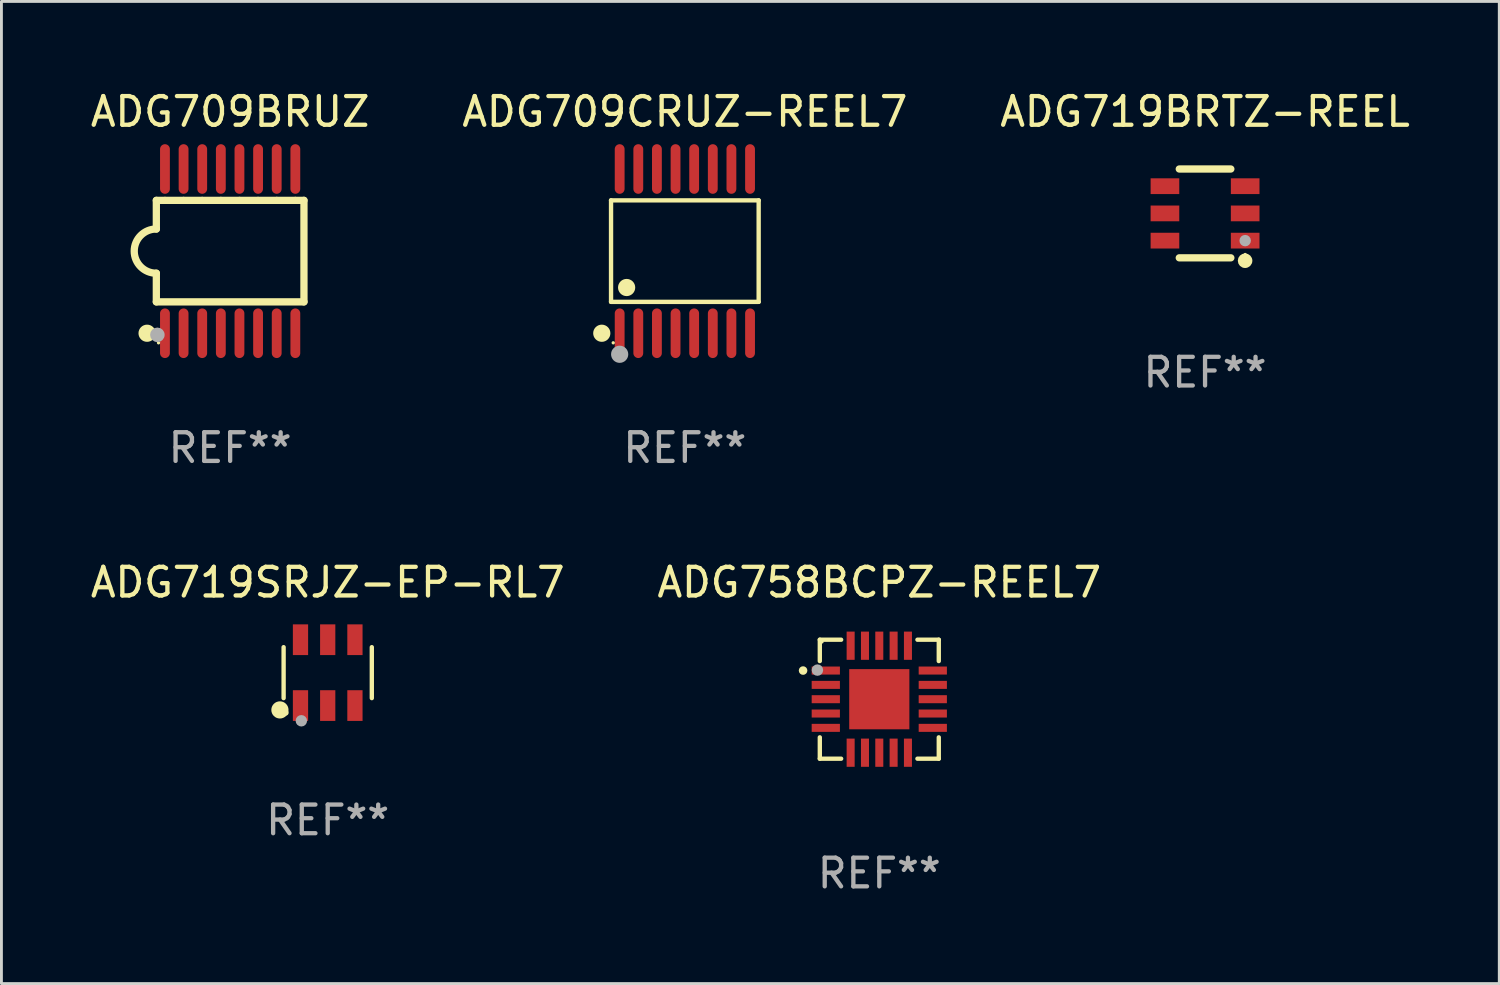
<source format=kicad_pcb>
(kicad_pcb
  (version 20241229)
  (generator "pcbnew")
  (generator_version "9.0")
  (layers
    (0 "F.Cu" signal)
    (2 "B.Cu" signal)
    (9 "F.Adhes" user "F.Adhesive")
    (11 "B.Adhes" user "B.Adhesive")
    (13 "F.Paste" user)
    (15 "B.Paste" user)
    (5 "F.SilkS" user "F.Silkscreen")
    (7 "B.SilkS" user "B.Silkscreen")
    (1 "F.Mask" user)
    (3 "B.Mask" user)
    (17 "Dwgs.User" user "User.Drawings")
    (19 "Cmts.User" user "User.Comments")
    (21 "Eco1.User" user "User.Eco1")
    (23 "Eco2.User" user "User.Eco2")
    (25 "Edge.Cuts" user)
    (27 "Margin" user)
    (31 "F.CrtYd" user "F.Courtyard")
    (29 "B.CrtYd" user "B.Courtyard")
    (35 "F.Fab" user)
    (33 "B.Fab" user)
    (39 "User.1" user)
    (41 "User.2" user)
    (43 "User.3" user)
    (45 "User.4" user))
  (footprint "ADG719SRJZ-EP-RL7"
    (layer "F.Cu")
    (at 8.387 20.425)
    (property "Reference" "ADG719SRJZ-EP-RL7" (at 0 -3.149 0) (layer "F.SilkS") (effects (font (size 1 1) (thickness 0.15))))
    (attr through_hole)
    (fp_line (start -1.539 0.889) (end -1.539 -0.889) (stroke (width 0.152) (type solid)) (layer "F.SilkS"))
    (fp_line (start 1.539 0.889) (end 1.539 -0.889) (stroke (width 0.152) (type solid)) (layer "F.SilkS"))
    (fp_circle (center -1.668 1.301) (end -1.518 1.301) (stroke (width 0.3) (type solid)) (fill no) (layer "F.SilkS"))
    (fp_circle (center -1.463 1.4) (end -1.413 1.4) (stroke (width 0.1) (type solid)) (fill no) (layer "F.SilkS"))
    (fp_circle (center -0.92 1.68) (end -0.82 1.68) (stroke (width 0.2) (type solid)) (fill no) (layer "F.Fab"))
    (fp_text user "REF**" (at 0 5.149 0) (layer "F.Fab") (effects (font (size 1 1) (thickness 0.15))))
    (pad "1" smd rect (at -0.95 1.149) (size 0.532 1.072) (layers "F.Cu" "F.Mask" "F.Paste"))
    (pad "2" smd rect (at 0 1.149) (size 0.532 1.072) (layers "F.Cu" "F.Mask" "F.Paste"))
    (pad "3" smd rect (at 0.95 1.149) (size 0.532 1.072) (layers "F.Cu" "F.Mask" "F.Paste"))
    (pad "4" smd rect (at 0.95 -1.149) (size 0.532 1.072) (layers "F.Cu" "F.Mask" "F.Paste"))
    (pad "5" smd rect (at 0 -1.149) (size 0.532 1.072) (layers "F.Cu" "F.Mask" "F.Paste"))
    (pad "6" smd rect (at -0.95 -1.149) (size 0.532 1.072) (layers "F.Cu" "F.Mask" "F.Paste")))
  (footprint "ADG709CRUZ-REEL7"
    (layer "F.Cu")
    (at 20.851 5.714)
    (property "Reference" "ADG709CRUZ-REEL7" (at 0 -4.866 0) (layer "F.SilkS") (effects (font (size 1 1) (thickness 0.15))))
    (attr through_hole)
    (fp_line (start -2.576 -1.772) (end 2.576 -1.772) (stroke (width 0.152) (type solid)) (layer "F.SilkS"))
    (fp_line (start -2.576 1.771) (end -2.576 -1.772) (stroke (width 0.152) (type solid)) (layer "F.SilkS"))
    (fp_line (start 2.576 -1.772) (end 2.576 1.771) (stroke (width 0.152) (type solid)) (layer "F.SilkS"))
    (fp_line (start 2.576 1.771) (end -2.576 1.771) (stroke (width 0.152) (type solid)) (layer "F.SilkS"))
    (fp_circle (center -2.899 2.866) (end -2.749 2.866) (stroke (width 0.3) (type solid)) (fill no) (layer "F.SilkS"))
    (fp_circle (center -2.5 3.2) (end -2.47 3.2) (stroke (width 0.06) (type solid)) (fill no) (layer "F.SilkS"))
    (fp_circle (center -2.032 1.27) (end -1.882 1.27) (stroke (width 0.3) (type solid)) (fill no) (layer "F.SilkS"))
    (fp_circle (center -2.275 3.6) (end -2.125 3.6) (stroke (width 0.3) (type solid)) (fill no) (layer "F.Fab"))
    (fp_text user "REF**" (at 0 6.866 0) (layer "F.Fab") (effects (font (size 1 1) (thickness 0.15))))
    (pad "1" smd oval (at -2.275 2.866) (size 0.343 1.731) (layers "F.Cu" "F.Mask" "F.Paste"))
    (pad "2" smd oval (at -1.625 2.866) (size 0.343 1.731) (layers "F.Cu" "F.Mask" "F.Paste"))
    (pad "3" smd oval (at -0.975 2.866) (size 0.343 1.731) (layers "F.Cu" "F.Mask" "F.Paste"))
    (pad "4" smd oval (at -0.325 2.866) (size 0.343 1.731) (layers "F.Cu" "F.Mask" "F.Paste"))
    (pad "5" smd oval (at 0.325 2.866) (size 0.343 1.731) (layers "F.Cu" "F.Mask" "F.Paste"))
    (pad "6" smd oval (at 0.975 2.866) (size 0.343 1.731) (layers "F.Cu" "F.Mask" "F.Paste"))
    (pad "7" smd oval (at 1.625 2.866) (size 0.343 1.731) (layers "F.Cu" "F.Mask" "F.Paste"))
    (pad "8" smd oval (at 2.275 2.866) (size 0.343 1.731) (layers "F.Cu" "F.Mask" "F.Paste"))
    (pad "9" smd oval (at 2.275 -2.866) (size 0.343 1.731) (layers "F.Cu" "F.Mask" "F.Paste"))
    (pad "10" smd oval (at 1.625 -2.866) (size 0.343 1.731) (layers "F.Cu" "F.Mask" "F.Paste"))
    (pad "11" smd oval (at 0.975 -2.866) (size 0.343 1.731) (layers "F.Cu" "F.Mask" "F.Paste"))
    (pad "12" smd oval (at 0.325 -2.866) (size 0.343 1.731) (layers "F.Cu" "F.Mask" "F.Paste"))
    (pad "13" smd oval (at -0.325 -2.866) (size 0.343 1.731) (layers "F.Cu" "F.Mask" "F.Paste"))
    (pad "14" smd oval (at -0.975 -2.866) (size 0.343 1.731) (layers "F.Cu" "F.Mask" "F.Paste"))
    (pad "15" smd oval (at -1.625 -2.866) (size 0.343 1.731) (layers "F.Cu" "F.Mask" "F.Paste"))
    (pad "16" smd oval (at -2.275 -2.866) (size 0.343 1.731) (layers "F.Cu" "F.Mask" "F.Paste")))
  (footprint "ADG709BRUZ"
    (layer "F.Cu")
    (at 4.982 5.714)
    (property "Reference" "ADG709BRUZ" (at 0 -4.866 0) (layer "F.SilkS") (effects (font (size 1 1) (thickness 0.15))))
    (attr through_hole)
    (fp_line (start -2.576 -1.771) (end -2.576 -0.771) (stroke (width 0.254) (type solid)) (layer "F.SilkS"))
    (fp_line (start -2.576 -1.771) (end -2.289 -1.771) (stroke (width 0.254) (type solid)) (layer "F.SilkS"))
    (fp_line (start -2.576 1.771) (end -2.576 0.771) (stroke (width 0.254) (type solid)) (layer "F.SilkS"))
    (fp_line (start -2.261 -1.771) (end -1.639 -1.771) (stroke (width 0.254) (type solid)) (layer "F.SilkS"))
    (fp_line (start -1.612 -1.771) (end -0.989 -1.771) (stroke (width 0.254) (type solid)) (layer "F.SilkS"))
    (fp_line (start -0.962 -1.771) (end -0.338 -1.771) (stroke (width 0.254) (type solid)) (layer "F.SilkS"))
    (fp_line (start -0.311 -1.771) (end 0.312 -1.771) (stroke (width 0.254) (type solid)) (layer "F.SilkS"))
    (fp_line (start 0.339 -1.771) (end 0.962 -1.771) (stroke (width 0.254) (type solid)) (layer "F.SilkS"))
    (fp_line (start 0.989 -1.771) (end 1.612 -1.771) (stroke (width 0.254) (type solid)) (layer "F.SilkS"))
    (fp_line (start 1.639 -1.771) (end 2.261 -1.771) (stroke (width 0.254) (type solid)) (layer "F.SilkS"))
    (fp_line (start 2.289 -1.771) (end 2.576 -1.771) (stroke (width 0.254) (type solid)) (layer "F.SilkS"))
    (fp_line (start 2.576 -1.771) (end 2.576 1.771) (stroke (width 0.254) (type solid)) (layer "F.SilkS"))
    (fp_line (start 2.576 1.771) (end -2.576 1.771) (stroke (width 0.254) (type solid)) (layer "F.SilkS"))
    (fp_arc (start -2.576226 0.7714) (mid -3.346889 -0.000648) (end -2.575311 -0.771781) (stroke (width 0.254001) (type solid)) (layer "F.SilkS"))
    (fp_circle (center -2.899 2.866) (end -2.749 2.866) (stroke (width 0.3) (type solid)) (fill no) (layer "F.SilkS"))
    (fp_circle (center -2.5 3.2) (end -2.47 3.2) (stroke (width 0.06) (type solid)) (fill no) (layer "F.SilkS"))
    (fp_circle (center -2.54 2.921) (end -2.413 2.921) (stroke (width 0.254) (type solid)) (fill no) (layer "F.Fab"))
    (fp_text user "REF**" (at 0 6.866 0) (layer "F.Fab") (effects (font (size 1 1) (thickness 0.15))))
    (pad "1" smd oval (at -2.275 2.866) (size 0.343 1.731) (layers "F.Cu" "F.Mask" "F.Paste"))
    (pad "2" smd oval (at -1.625 2.866) (size 0.343 1.731) (layers "F.Cu" "F.Mask" "F.Paste"))
    (pad "3" smd oval (at -0.975 2.866) (size 0.343 1.731) (layers "F.Cu" "F.Mask" "F.Paste"))
    (pad "4" smd oval (at -0.325 2.866) (size 0.343 1.731) (layers "F.Cu" "F.Mask" "F.Paste"))
    (pad "5" smd oval (at 0.325 2.866) (size 0.343 1.731) (layers "F.Cu" "F.Mask" "F.Paste"))
    (pad "6" smd oval (at 0.975 2.866) (size 0.343 1.731) (layers "F.Cu" "F.Mask" "F.Paste"))
    (pad "7" smd oval (at 1.625 2.866) (size 0.343 1.731) (layers "F.Cu" "F.Mask" "F.Paste"))
    (pad "8" smd oval (at 2.275 2.866) (size 0.343 1.731) (layers "F.Cu" "F.Mask" "F.Paste"))
    (pad "9" smd oval (at 2.275 -2.866) (size 0.343 1.731) (layers "F.Cu" "F.Mask" "F.Paste"))
    (pad "10" smd oval (at 1.625 -2.866) (size 0.343 1.731) (layers "F.Cu" "F.Mask" "F.Paste"))
    (pad "11" smd oval (at 0.975 -2.866) (size 0.343 1.731) (layers "F.Cu" "F.Mask" "F.Paste"))
    (pad "12" smd oval (at 0.325 -2.866) (size 0.343 1.731) (layers "F.Cu" "F.Mask" "F.Paste"))
    (pad "13" smd oval (at -0.325 -2.866) (size 0.343 1.731) (layers "F.Cu" "F.Mask" "F.Paste"))
    (pad "14" smd oval (at -0.975 -2.866) (size 0.343 1.731) (layers "F.Cu" "F.Mask" "F.Paste"))
    (pad "15" smd oval (at -1.625 -2.866) (size 0.343 1.731) (layers "F.Cu" "F.Mask" "F.Paste"))
    (pad "16" smd oval (at -2.275 -2.866) (size 0.343 1.731) (layers "F.Cu" "F.Mask" "F.Paste")))
  (footprint "ADG758BCPZ-REEL7"
    (layer "F.Cu")
    (at 27.637 21.352)
    (property "Reference" "ADG758BCPZ-REEL7" (at 0 -4.076 0) (layer "F.SilkS") (effects (font (size 1 1) (thickness 0.15))))
    (attr through_hole)
    (fp_line (start -2.076 -2.076) (end -2.076 -1.331) (stroke (width 0.152) (type solid)) (layer "F.SilkS"))
    (fp_line (start -2.076 2.076) (end -2.076 1.331) (stroke (width 0.152) (type solid)) (layer "F.SilkS"))
    (fp_line (start -1.331 -2.076) (end -2.076 -2.076) (stroke (width 0.152) (type solid)) (layer "F.SilkS"))
    (fp_line (start -1.331 2.076) (end -2.076 2.076) (stroke (width 0.152) (type solid)) (layer "F.SilkS"))
    (fp_line (start 1.331 -2.076) (end 2.076 -2.076) (stroke (width 0.152) (type solid)) (layer "F.SilkS"))
    (fp_line (start 1.331 2.076) (end 2.076 2.076) (stroke (width 0.152) (type solid)) (layer "F.SilkS"))
    (fp_line (start 2.076 -2.076) (end 2.076 -1.331) (stroke (width 0.152) (type solid)) (layer "F.SilkS"))
    (fp_line (start 2.076 2.076) (end 2.076 1.331) (stroke (width 0.152) (type solid)) (layer "F.SilkS"))
    (fp_circle (center -2.66 -1) (end -2.585 -1) (stroke (width 0.15) (type solid)) (fill no) (layer "F.SilkS"))
    (fp_circle (center -2 -2) (end -1.97 -2) (stroke (width 0.06) (type solid)) (fill no) (layer "F.SilkS"))
    (fp_circle (center -2.159 -1.016) (end -2.059 -1.016) (stroke (width 0.2) (type solid)) (fill no) (layer "F.Fab"))
    (fp_text user "REF**" (at 0 6.076 0) (layer "F.Fab") (effects (font (size 1 1) (thickness 0.15))))
    (pad "1" smd rect (at -1.867 -1) (size 0.985 0.28) (layers "F.Cu" "F.Mask" "F.Paste"))
    (pad "2" smd rect (at -1.867 -0.5) (size 0.985 0.28) (layers "F.Cu" "F.Mask" "F.Paste"))
    (pad "3" smd rect (at -1.867 0) (size 0.985 0.28) (layers "F.Cu" "F.Mask" "F.Paste"))
    (pad "4" smd rect (at -1.867 0.5) (size 0.985 0.28) (layers "F.Cu" "F.Mask" "F.Paste"))
    (pad "5" smd rect (at -1.867 1) (size 0.985 0.28) (layers "F.Cu" "F.Mask" "F.Paste"))
    (pad "6" smd rect (at -1 1.867) (size 0.28 0.985) (layers "F.Cu" "F.Mask" "F.Paste"))
    (pad "7" smd rect (at -0.5 1.867) (size 0.28 0.985) (layers "F.Cu" "F.Mask" "F.Paste"))
    (pad "8" smd rect (at 0 1.867) (size 0.28 0.985) (layers "F.Cu" "F.Mask" "F.Paste"))
    (pad "9" smd rect (at 0.5 1.867) (size 0.28 0.985) (layers "F.Cu" "F.Mask" "F.Paste"))
    (pad "10" smd rect (at 1 1.867) (size 0.28 0.985) (layers "F.Cu" "F.Mask" "F.Paste"))
    (pad "11" smd rect (at 1.867 1) (size 0.985 0.28) (layers "F.Cu" "F.Mask" "F.Paste"))
    (pad "12" smd rect (at 1.867 0.5) (size 0.985 0.28) (layers "F.Cu" "F.Mask" "F.Paste"))
    (pad "13" smd rect (at 1.867 0) (size 0.985 0.28) (layers "F.Cu" "F.Mask" "F.Paste"))
    (pad "14" smd rect (at 1.867 -0.5) (size 0.985 0.28) (layers "F.Cu" "F.Mask" "F.Paste"))
    (pad "15" smd rect (at 1.867 -1) (size 0.985 0.28) (layers "F.Cu" "F.Mask" "F.Paste"))
    (pad "16" smd rect (at 1 -1.867) (size 0.28 0.985) (layers "F.Cu" "F.Mask" "F.Paste"))
    (pad "17" smd rect (at 0.5 -1.867) (size 0.28 0.985) (layers "F.Cu" "F.Mask" "F.Paste"))
    (pad "18" smd rect (at 0 -1.867) (size 0.28 0.985) (layers "F.Cu" "F.Mask" "F.Paste"))
    (pad "19" smd rect (at -0.5 -1.867) (size 0.28 0.985) (layers "F.Cu" "F.Mask" "F.Paste"))
    (pad "20" smd rect (at -1 -1.867) (size 0.28 0.985) (layers "F.Cu" "F.Mask" "F.Paste"))
    (pad "21" smd rect (at 0 0) (size 2.1 2.1) (layers "F.Cu" "F.Mask" "F.Paste")))
  (footprint "ADG719BRTZ-REEL"
    (layer "F.Cu")
    (at 39.006 4.398)
    (property "Reference" "ADG719BRTZ-REEL" (at 0 -3.55 0) (layer "F.SilkS") (effects (font (size 1 1) (thickness 0.15))))
    (attr through_hole)
    (fp_line (start -0.9 -1.55) (end 0.9 -1.55) (stroke (width 0.254) (type solid)) (layer "F.SilkS"))
    (fp_line (start -0.9 1.55) (end 0.9 1.55) (stroke (width 0.254) (type solid)) (layer "F.SilkS"))
    (fp_circle (center 1.397 1.651) (end 1.524 1.651) (stroke (width 0.254) (type solid)) (fill no) (layer "F.SilkS"))
    (fp_circle (center 1.4 1.435) (end 1.43 1.435) (stroke (width 0.06) (type solid)) (fill no) (layer "F.SilkS"))
    (fp_circle (center 1.4 0.95) (end 1.5 0.95) (stroke (width 0.2) (type solid)) (fill no) (layer "F.Fab"))
    (fp_text user "REF**" (at 0 5.55 0) (layer "F.Fab") (effects (font (size 1 1) (thickness 0.15))))
    (pad "1" smd rect (at 1.4 0.95) (size 1 0.55) (layers "F.Cu" "F.Mask" "F.Paste"))
    (pad "2" smd rect (at 1.4 -0.000102) (size 1 0.55) (layers "F.Cu" "F.Mask" "F.Paste"))
    (pad "3" smd rect (at 1.4 -0.95) (size 1 0.55) (layers "F.Cu" "F.Mask" "F.Paste"))
    (pad "4" smd rect (at -1.4 -0.95) (size 1 0.55) (layers "F.Cu" "F.Mask" "F.Paste"))
    (pad "5" smd rect (at -1.4 -0.000102) (size 1 0.55) (layers "F.Cu" "F.Mask" "F.Paste"))
    (pad "6" smd rect (at -1.4 0.95) (size 1 0.55) (layers "F.Cu" "F.Mask" "F.Paste")))
  (gr_rect
    (start -3 -3)
    (end 49.274 31.277)
    (stroke (width 0.1) (type default))
    (fill no)
    (layer "Edge.Cuts")))
</source>
